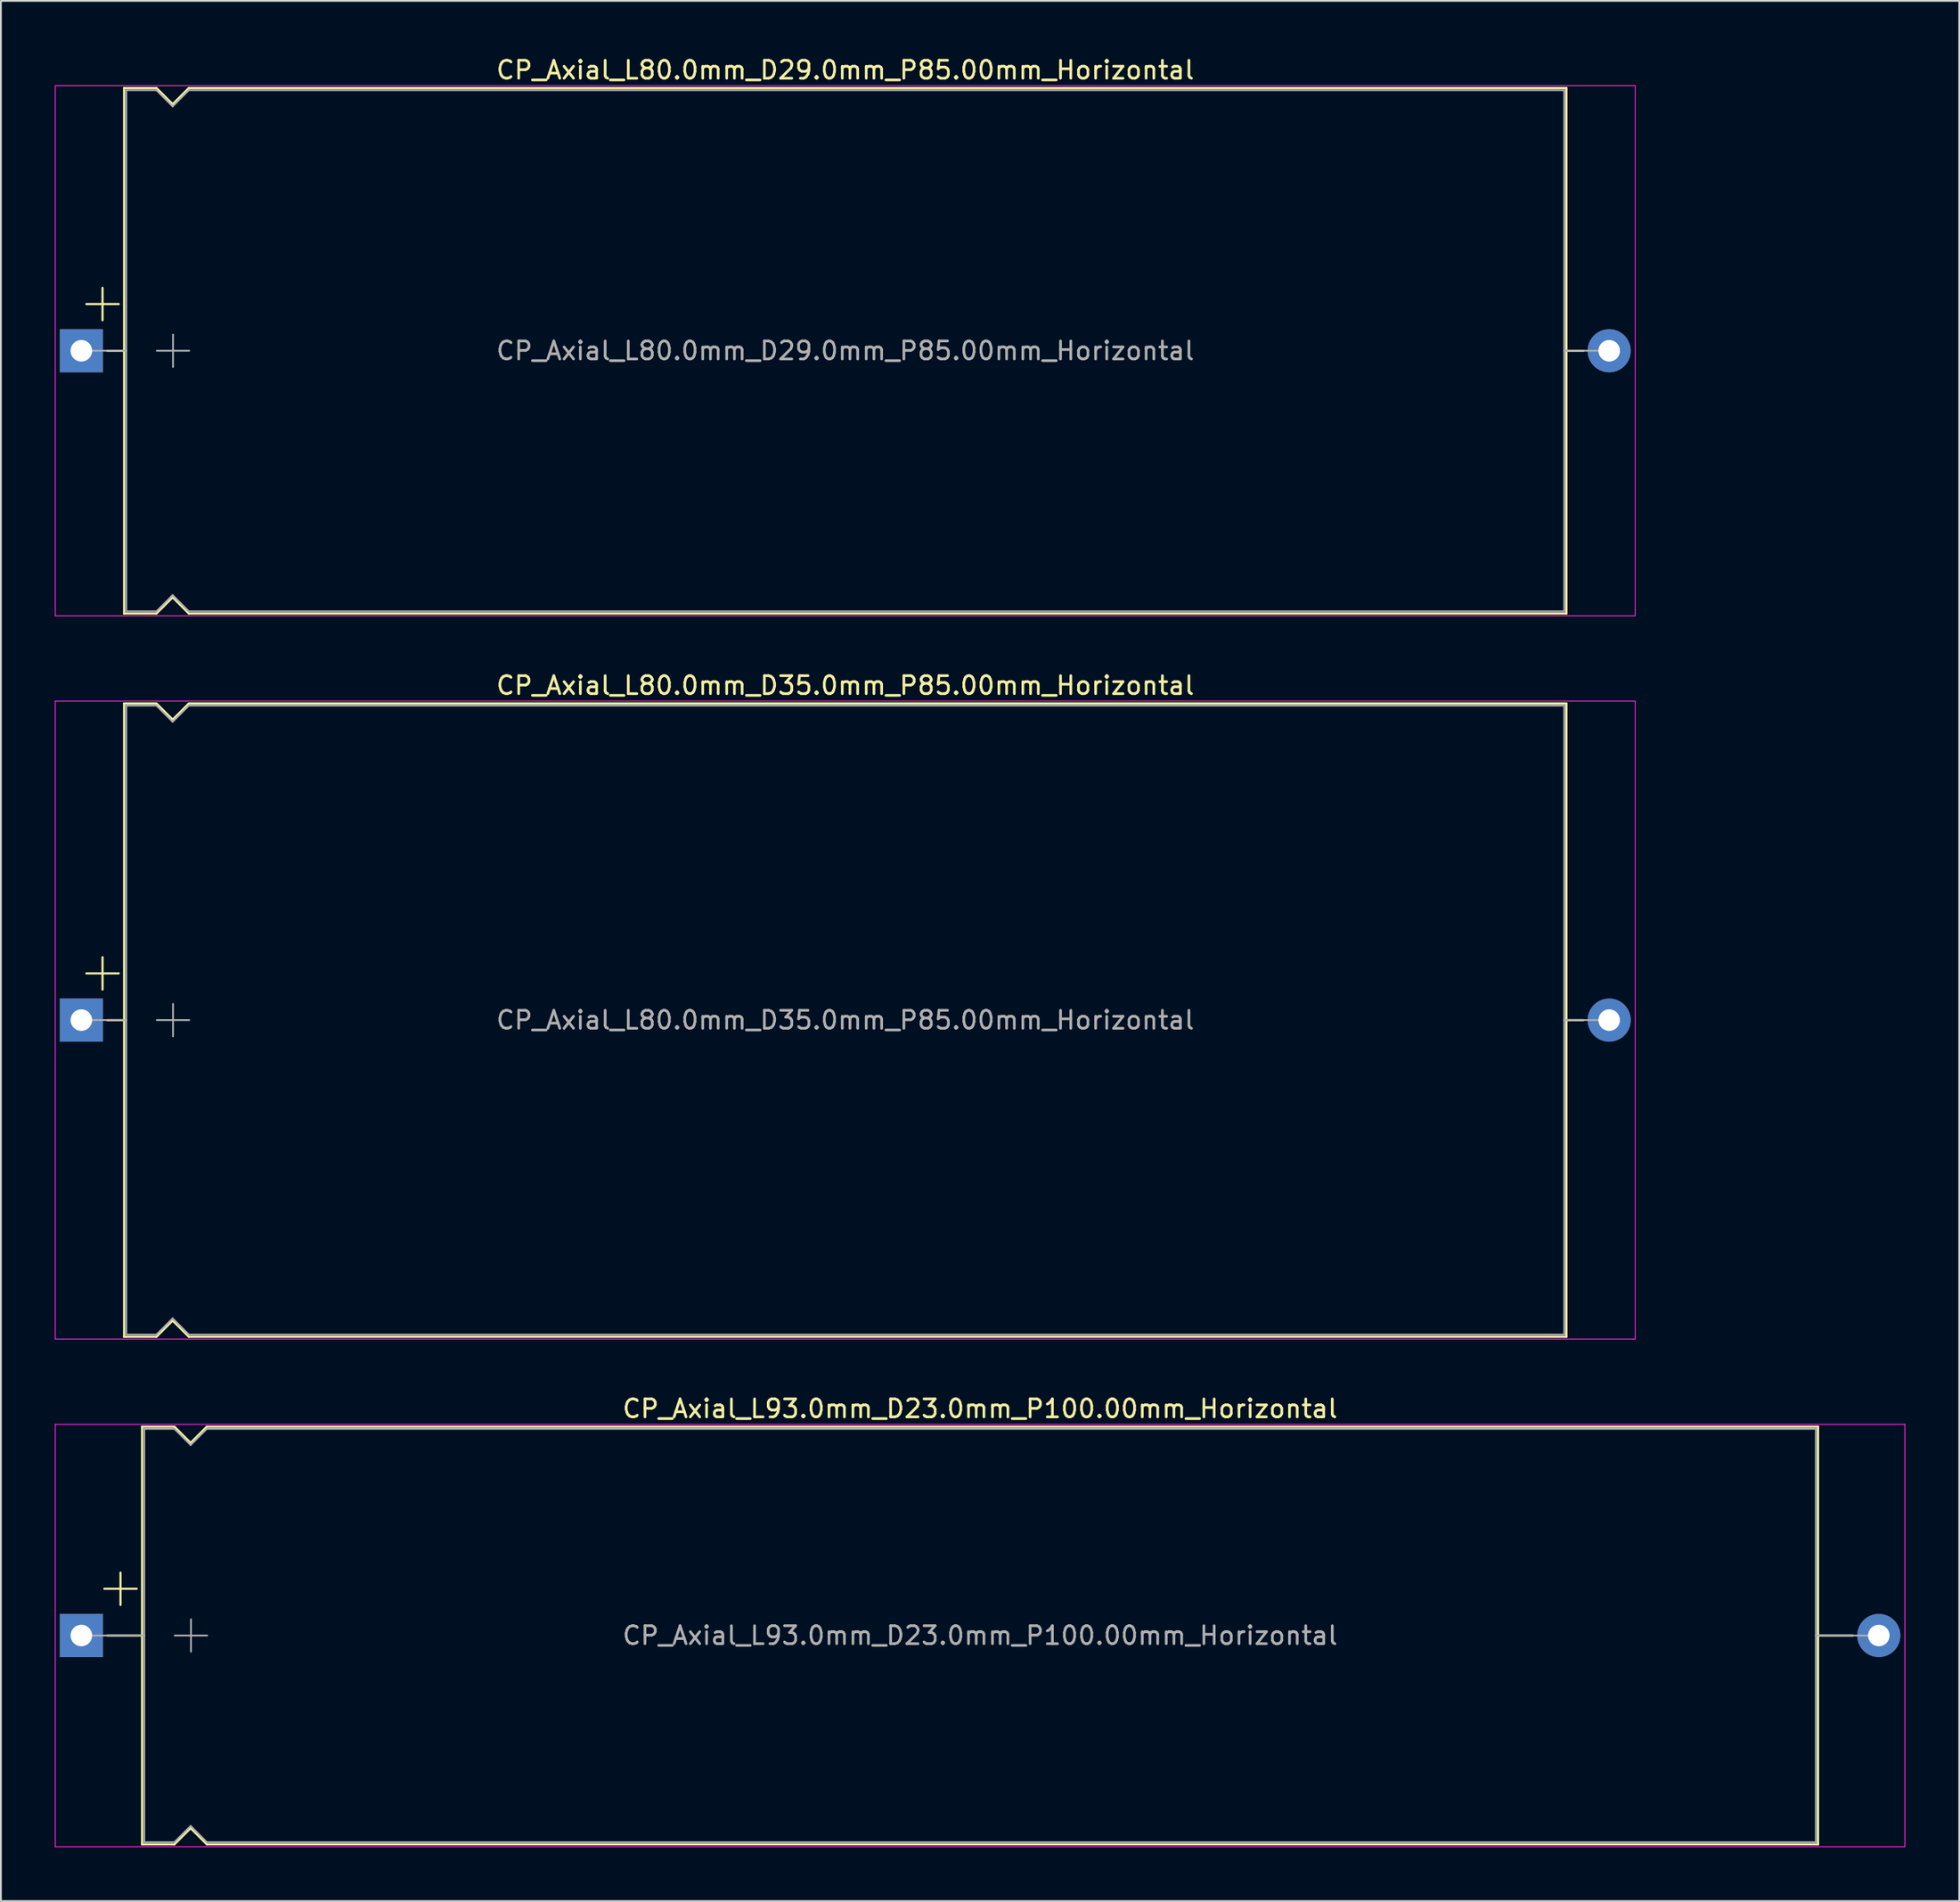
<source format=kicad_pcb>
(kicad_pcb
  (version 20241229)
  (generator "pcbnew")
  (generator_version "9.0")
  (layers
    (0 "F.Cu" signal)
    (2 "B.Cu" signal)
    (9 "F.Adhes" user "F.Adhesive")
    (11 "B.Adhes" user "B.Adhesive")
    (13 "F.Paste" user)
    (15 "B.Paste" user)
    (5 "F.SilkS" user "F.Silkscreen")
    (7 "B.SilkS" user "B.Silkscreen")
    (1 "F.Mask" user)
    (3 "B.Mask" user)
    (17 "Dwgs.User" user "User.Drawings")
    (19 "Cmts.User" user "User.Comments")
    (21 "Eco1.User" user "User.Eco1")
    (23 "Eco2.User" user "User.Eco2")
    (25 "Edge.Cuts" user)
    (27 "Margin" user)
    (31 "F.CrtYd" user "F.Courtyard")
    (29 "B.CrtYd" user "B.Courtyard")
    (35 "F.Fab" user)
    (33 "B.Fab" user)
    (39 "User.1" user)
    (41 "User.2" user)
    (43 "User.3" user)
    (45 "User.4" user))
  (footprint "CP_Axial_L80.0mm_D35.0mm_P85.00mm_Horizontal"
    (layer "F.Cu")
    (at 1.475 53.712)
    (property "Reference" "CP_Axial_L80.0mm_D35.0mm_P85.00mm_Horizontal" (at 42.5 -18.62 0) (layer "F.SilkS") (effects (font (size 1 1) (thickness 0.15))))
    (attr through_hole)
    (fp_line (start 0.28 -2.6) (end 2.08 -2.6) (stroke (width 0.12) (type solid)) (layer "F.SilkS"))
    (fp_line (start 1.18 -3.5) (end 1.18 -1.7) (stroke (width 0.12) (type solid)) (layer "F.SilkS"))
    (fp_line (start 1.44 0) (end 2.38 0) (stroke (width 0.12) (type solid)) (layer "F.SilkS"))
    (fp_line (start 2.38 -17.62) (end 2.38 17.62) (stroke (width 0.12) (type solid)) (layer "F.SilkS"))
    (fp_line (start 2.38 -17.62) (end 4.18 -17.62) (stroke (width 0.12) (type solid)) (layer "F.SilkS"))
    (fp_line (start 2.38 17.62) (end 4.18 17.62) (stroke (width 0.12) (type solid)) (layer "F.SilkS"))
    (fp_line (start 4.18 -17.62) (end 5.08 -16.72) (stroke (width 0.12) (type solid)) (layer "F.SilkS"))
    (fp_line (start 4.18 17.62) (end 5.08 16.72) (stroke (width 0.12) (type solid)) (layer "F.SilkS"))
    (fp_line (start 5.08 -16.72) (end 5.98 -17.62) (stroke (width 0.12) (type solid)) (layer "F.SilkS"))
    (fp_line (start 5.08 16.72) (end 5.98 17.62) (stroke (width 0.12) (type solid)) (layer "F.SilkS"))
    (fp_line (start 5.98 -17.62) (end 82.62 -17.62) (stroke (width 0.12) (type solid)) (layer "F.SilkS"))
    (fp_line (start 5.98 17.62) (end 82.62 17.62) (stroke (width 0.12) (type solid)) (layer "F.SilkS"))
    (fp_line (start 82.62 -17.62) (end 82.62 17.62) (stroke (width 0.12) (type solid)) (layer "F.SilkS"))
    (fp_line (start 83.56 0) (end 82.62 0) (stroke (width 0.12) (type solid)) (layer "F.SilkS"))
    (fp_line (start -1.45 -17.75) (end -1.45 17.75) (stroke (width 0.05) (type solid)) (layer "F.CrtYd"))
    (fp_line (start -1.45 17.75) (end 86.45 17.75) (stroke (width 0.05) (type solid)) (layer "F.CrtYd"))
    (fp_line (start 86.45 -17.75) (end -1.45 -17.75) (stroke (width 0.05) (type solid)) (layer "F.CrtYd"))
    (fp_line (start 86.45 17.75) (end 86.45 -17.75) (stroke (width 0.05) (type solid)) (layer "F.CrtYd"))
    (fp_line (start 0 0) (end 2.5 0) (stroke (width 0.1) (type solid)) (layer "F.Fab"))
    (fp_line (start 2.5 -17.5) (end 2.5 17.5) (stroke (width 0.1) (type solid)) (layer "F.Fab"))
    (fp_line (start 2.5 -17.5) (end 4.18 -17.5) (stroke (width 0.1) (type solid)) (layer "F.Fab"))
    (fp_line (start 2.5 17.5) (end 4.18 17.5) (stroke (width 0.1) (type solid)) (layer "F.Fab"))
    (fp_line (start 4.18 -17.5) (end 5.08 -16.6) (stroke (width 0.1) (type solid)) (layer "F.Fab"))
    (fp_line (start 4.18 17.5) (end 5.08 16.6) (stroke (width 0.1) (type solid)) (layer "F.Fab"))
    (fp_line (start 4.2 0) (end 6 0) (stroke (width 0.1) (type solid)) (layer "F.Fab"))
    (fp_line (start 5.08 -16.6) (end 5.98 -17.5) (stroke (width 0.1) (type solid)) (layer "F.Fab"))
    (fp_line (start 5.08 16.6) (end 5.98 17.5) (stroke (width 0.1) (type solid)) (layer "F.Fab"))
    (fp_line (start 5.1 -0.9) (end 5.1 0.9) (stroke (width 0.1) (type solid)) (layer "F.Fab"))
    (fp_line (start 5.98 -17.5) (end 82.5 -17.5) (stroke (width 0.1) (type solid)) (layer "F.Fab"))
    (fp_line (start 5.98 17.5) (end 82.5 17.5) (stroke (width 0.1) (type solid)) (layer "F.Fab"))
    (fp_line (start 82.5 -17.5) (end 82.5 17.5) (stroke (width 0.1) (type solid)) (layer "F.Fab"))
    (fp_line (start 85 0) (end 82.5 0) (stroke (width 0.1) (type solid)) (layer "F.Fab"))
    (fp_text user "${REFERENCE}" (at 42.5 0 0) (layer "F.Fab") (effects (font (size 1 1) (thickness 0.15))))
    (pad "1" thru_hole rect (at 0 0) (size 2.4 2.4) (drill 1.2) (layers "*.Cu" "*.Mask"))
    (pad "2" thru_hole oval (at 85 0) (size 2.4 2.4) (drill 1.2) (layers "*.Cu" "*.Mask")))
  (footprint "CP_Axial_L80.0mm_D29.0mm_P85.00mm_Horizontal"
    (layer "F.Cu")
    (at 1.475 16.468)
    (property "Reference" "CP_Axial_L80.0mm_D29.0mm_P85.00mm_Horizontal" (at 42.5 -15.62 0) (layer "F.SilkS") (effects (font (size 1 1) (thickness 0.15))))
    (attr through_hole)
    (fp_line (start 0.28 -2.6) (end 2.08 -2.6) (stroke (width 0.12) (type solid)) (layer "F.SilkS"))
    (fp_line (start 1.18 -3.5) (end 1.18 -1.7) (stroke (width 0.12) (type solid)) (layer "F.SilkS"))
    (fp_line (start 1.44 0) (end 2.38 0) (stroke (width 0.12) (type solid)) (layer "F.SilkS"))
    (fp_line (start 2.38 -14.62) (end 2.38 14.62) (stroke (width 0.12) (type solid)) (layer "F.SilkS"))
    (fp_line (start 2.38 -14.62) (end 4.18 -14.62) (stroke (width 0.12) (type solid)) (layer "F.SilkS"))
    (fp_line (start 2.38 14.62) (end 4.18 14.62) (stroke (width 0.12) (type solid)) (layer "F.SilkS"))
    (fp_line (start 4.18 -14.62) (end 5.08 -13.72) (stroke (width 0.12) (type solid)) (layer "F.SilkS"))
    (fp_line (start 4.18 14.62) (end 5.08 13.72) (stroke (width 0.12) (type solid)) (layer "F.SilkS"))
    (fp_line (start 5.08 -13.72) (end 5.98 -14.62) (stroke (width 0.12) (type solid)) (layer "F.SilkS"))
    (fp_line (start 5.08 13.72) (end 5.98 14.62) (stroke (width 0.12) (type solid)) (layer "F.SilkS"))
    (fp_line (start 5.98 -14.62) (end 82.62 -14.62) (stroke (width 0.12) (type solid)) (layer "F.SilkS"))
    (fp_line (start 5.98 14.62) (end 82.62 14.62) (stroke (width 0.12) (type solid)) (layer "F.SilkS"))
    (fp_line (start 82.62 -14.62) (end 82.62 14.62) (stroke (width 0.12) (type solid)) (layer "F.SilkS"))
    (fp_line (start 83.56 0) (end 82.62 0) (stroke (width 0.12) (type solid)) (layer "F.SilkS"))
    (fp_line (start -1.45 -14.75) (end -1.45 14.75) (stroke (width 0.05) (type solid)) (layer "F.CrtYd"))
    (fp_line (start -1.45 14.75) (end 86.45 14.75) (stroke (width 0.05) (type solid)) (layer "F.CrtYd"))
    (fp_line (start 86.45 -14.75) (end -1.45 -14.75) (stroke (width 0.05) (type solid)) (layer "F.CrtYd"))
    (fp_line (start 86.45 14.75) (end 86.45 -14.75) (stroke (width 0.05) (type solid)) (layer "F.CrtYd"))
    (fp_line (start 0 0) (end 2.5 0) (stroke (width 0.1) (type solid)) (layer "F.Fab"))
    (fp_line (start 2.5 -14.5) (end 2.5 14.5) (stroke (width 0.1) (type solid)) (layer "F.Fab"))
    (fp_line (start 2.5 -14.5) (end 4.18 -14.5) (stroke (width 0.1) (type solid)) (layer "F.Fab"))
    (fp_line (start 2.5 14.5) (end 4.18 14.5) (stroke (width 0.1) (type solid)) (layer "F.Fab"))
    (fp_line (start 4.18 -14.5) (end 5.08 -13.6) (stroke (width 0.1) (type solid)) (layer "F.Fab"))
    (fp_line (start 4.18 14.5) (end 5.08 13.6) (stroke (width 0.1) (type solid)) (layer "F.Fab"))
    (fp_line (start 4.2 0) (end 6 0) (stroke (width 0.1) (type solid)) (layer "F.Fab"))
    (fp_line (start 5.08 -13.6) (end 5.98 -14.5) (stroke (width 0.1) (type solid)) (layer "F.Fab"))
    (fp_line (start 5.08 13.6) (end 5.98 14.5) (stroke (width 0.1) (type solid)) (layer "F.Fab"))
    (fp_line (start 5.1 -0.9) (end 5.1 0.9) (stroke (width 0.1) (type solid)) (layer "F.Fab"))
    (fp_line (start 5.98 -14.5) (end 82.5 -14.5) (stroke (width 0.1) (type solid)) (layer "F.Fab"))
    (fp_line (start 5.98 14.5) (end 82.5 14.5) (stroke (width 0.1) (type solid)) (layer "F.Fab"))
    (fp_line (start 82.5 -14.5) (end 82.5 14.5) (stroke (width 0.1) (type solid)) (layer "F.Fab"))
    (fp_line (start 85 0) (end 82.5 0) (stroke (width 0.1) (type solid)) (layer "F.Fab"))
    (fp_text user "${REFERENCE}" (at 42.5 0 0) (layer "F.Fab") (effects (font (size 1 1) (thickness 0.15))))
    (pad "1" thru_hole rect (at 0 0) (size 2.4 2.4) (drill 1.2) (layers "*.Cu" "*.Mask"))
    (pad "2" thru_hole oval (at 85 0) (size 2.4 2.4) (drill 1.2) (layers "*.Cu" "*.Mask")))
  (footprint "CP_Axial_L93.0mm_D23.0mm_P100.00mm_Horizontal"
    (layer "F.Cu")
    (at 1.475 87.955)
    (property "Reference" "CP_Axial_L93.0mm_D23.0mm_P100.00mm_Horizontal" (at 50 -12.62 0) (layer "F.SilkS") (effects (font (size 1 1) (thickness 0.15))))
    (attr through_hole)
    (fp_line (start 1.28 -2.6) (end 3.08 -2.6) (stroke (width 0.12) (type solid)) (layer "F.SilkS"))
    (fp_line (start 1.44 0) (end 3.38 0) (stroke (width 0.12) (type solid)) (layer "F.SilkS"))
    (fp_line (start 2.18 -3.5) (end 2.18 -1.7) (stroke (width 0.12) (type solid)) (layer "F.SilkS"))
    (fp_line (start 3.38 -11.62) (end 3.38 11.62) (stroke (width 0.12) (type solid)) (layer "F.SilkS"))
    (fp_line (start 3.38 -11.62) (end 5.18 -11.62) (stroke (width 0.12) (type solid)) (layer "F.SilkS"))
    (fp_line (start 3.38 11.62) (end 5.18 11.62) (stroke (width 0.12) (type solid)) (layer "F.SilkS"))
    (fp_line (start 5.18 -11.62) (end 6.08 -10.72) (stroke (width 0.12) (type solid)) (layer "F.SilkS"))
    (fp_line (start 5.18 11.62) (end 6.08 10.72) (stroke (width 0.12) (type solid)) (layer "F.SilkS"))
    (fp_line (start 6.08 -10.72) (end 6.98 -11.62) (stroke (width 0.12) (type solid)) (layer "F.SilkS"))
    (fp_line (start 6.08 10.72) (end 6.98 11.62) (stroke (width 0.12) (type solid)) (layer "F.SilkS"))
    (fp_line (start 6.98 -11.62) (end 96.62 -11.62) (stroke (width 0.12) (type solid)) (layer "F.SilkS"))
    (fp_line (start 6.98 11.62) (end 96.62 11.62) (stroke (width 0.12) (type solid)) (layer "F.SilkS"))
    (fp_line (start 96.62 -11.62) (end 96.62 11.62) (stroke (width 0.12) (type solid)) (layer "F.SilkS"))
    (fp_line (start 98.56 0) (end 96.62 0) (stroke (width 0.12) (type solid)) (layer "F.SilkS"))
    (fp_line (start -1.45 -11.75) (end -1.45 11.75) (stroke (width 0.05) (type solid)) (layer "F.CrtYd"))
    (fp_line (start -1.45 11.75) (end 101.45 11.75) (stroke (width 0.05) (type solid)) (layer "F.CrtYd"))
    (fp_line (start 101.45 -11.75) (end -1.45 -11.75) (stroke (width 0.05) (type solid)) (layer "F.CrtYd"))
    (fp_line (start 101.45 11.75) (end 101.45 -11.75) (stroke (width 0.05) (type solid)) (layer "F.CrtYd"))
    (fp_line (start 0 0) (end 3.5 0) (stroke (width 0.1) (type solid)) (layer "F.Fab"))
    (fp_line (start 3.5 -11.5) (end 3.5 11.5) (stroke (width 0.1) (type solid)) (layer "F.Fab"))
    (fp_line (start 3.5 -11.5) (end 5.18 -11.5) (stroke (width 0.1) (type solid)) (layer "F.Fab"))
    (fp_line (start 3.5 11.5) (end 5.18 11.5) (stroke (width 0.1) (type solid)) (layer "F.Fab"))
    (fp_line (start 5.18 -11.5) (end 6.08 -10.6) (stroke (width 0.1) (type solid)) (layer "F.Fab"))
    (fp_line (start 5.18 11.5) (end 6.08 10.6) (stroke (width 0.1) (type solid)) (layer "F.Fab"))
    (fp_line (start 5.2 0) (end 7 0) (stroke (width 0.1) (type solid)) (layer "F.Fab"))
    (fp_line (start 6.08 -10.6) (end 6.98 -11.5) (stroke (width 0.1) (type solid)) (layer "F.Fab"))
    (fp_line (start 6.08 10.6) (end 6.98 11.5) (stroke (width 0.1) (type solid)) (layer "F.Fab"))
    (fp_line (start 6.1 -0.9) (end 6.1 0.9) (stroke (width 0.1) (type solid)) (layer "F.Fab"))
    (fp_line (start 6.98 -11.5) (end 96.5 -11.5) (stroke (width 0.1) (type solid)) (layer "F.Fab"))
    (fp_line (start 6.98 11.5) (end 96.5 11.5) (stroke (width 0.1) (type solid)) (layer "F.Fab"))
    (fp_line (start 96.5 -11.5) (end 96.5 11.5) (stroke (width 0.1) (type solid)) (layer "F.Fab"))
    (fp_line (start 100 0) (end 96.5 0) (stroke (width 0.1) (type solid)) (layer "F.Fab"))
    (fp_text user "${REFERENCE}" (at 50 0 0) (layer "F.Fab") (effects (font (size 1 1) (thickness 0.15))))
    (pad "1" thru_hole rect (at 0 0) (size 2.4 2.4) (drill 1.2) (layers "*.Cu" "*.Mask"))
    (pad "2" thru_hole oval (at 100 0) (size 2.4 2.4) (drill 1.2) (layers "*.Cu" "*.Mask")))
  (gr_rect
    (start -3 -3)
    (end 105.95 102.73)
    (stroke (width 0.1) (type default))
    (fill no)
    (layer "Edge.Cuts")))
</source>
